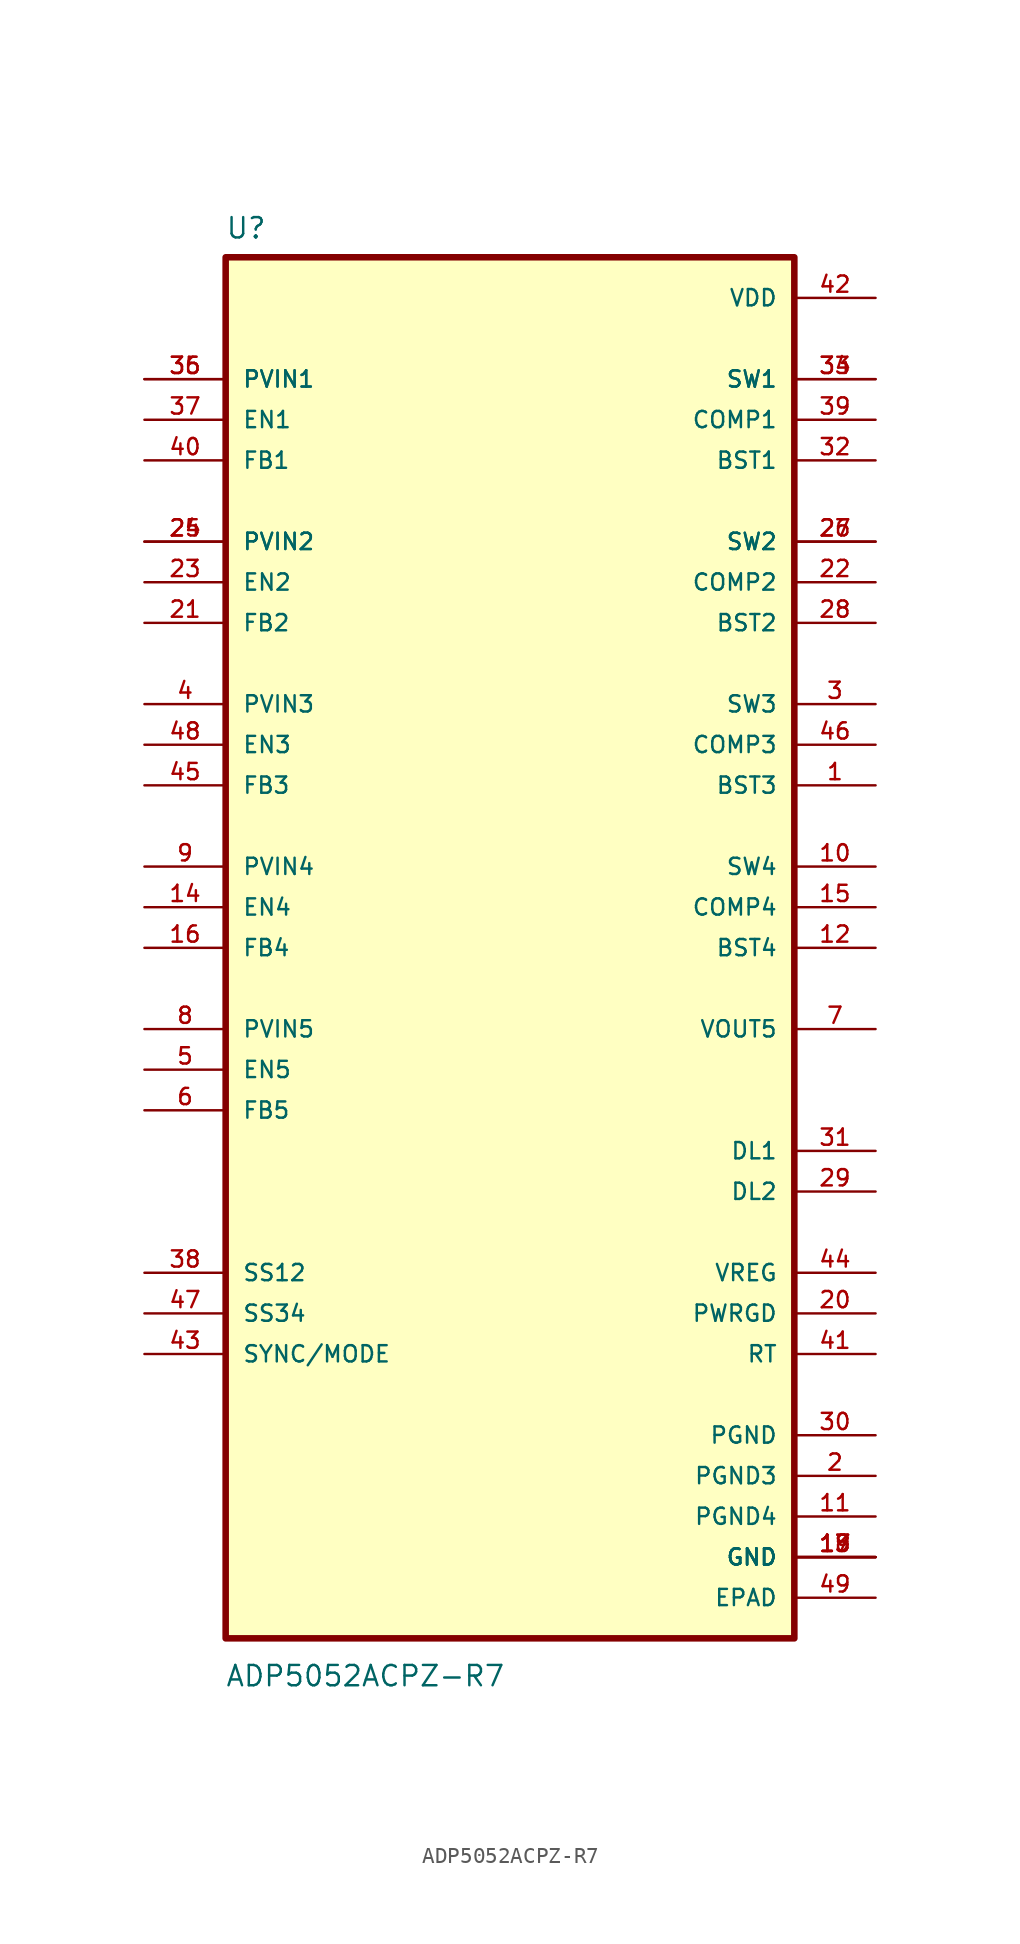
<source format=kicad_sym>
(kicad_symbol_lib
  (version 20231120)
  (generator "kicad_symbol_editor")
  (generator_version "8.0")
  (symbol "ADP5052ACPZ-R7"
    (pin_names
      (offset 1.016))
    (property "Reference" "U"
      (at -17.813 44.26 0)
      (effects (font (size 1.27 1.27)) (justify left bottom)))
    (property "Value" "ADP5052ACPZ-R7"
      (at -17.823 -46.276 0)
      (effects (font (size 1.27 1.27)) (justify left bottom)))
    (symbol "ADP5052ACPZ-R7_0_0"
      (rectangle (start -17.78 -43.18) (end 17.78 43.18) (stroke (width 0.41) (type default)) (fill (type background)))
      (pin passive line (at 22.86 10.16 180) (length 5.08) (name "BST3" (effects (font (size 1.016 1.016)))) (number "1" (effects (font (size 1.016 1.016)))))
      (pin output line (at 22.86 5.08 180) (length 5.08) (name "SW4" (effects (font (size 1.016 1.016)))) (number "10" (effects (font (size 1.016 1.016)))))
      (pin power_in line (at 22.86 -35.56 180) (length 5.08) (name "PGND4" (effects (font (size 1.016 1.016)))) (number "11" (effects (font (size 1.016 1.016)))))
      (pin passive line (at 22.86 0 180) (length 5.08) (name "BST4" (effects (font (size 1.016 1.016)))) (number "12" (effects (font (size 1.016 1.016)))))
      (pin power_in line (at 22.86 -38.1 180) (length 5.08) (name "GND" (effects (font (size 1.016 1.016)))) (number "13" (effects (font (size 1.016 1.016)))))
      (pin input line (at -22.86 2.54 0) (length 5.08) (name "EN4" (effects (font (size 1.016 1.016)))) (number "14" (effects (font (size 1.016 1.016)))))
      (pin output line (at 22.86 2.54 180) (length 5.08) (name "COMP4" (effects (font (size 1.016 1.016)))) (number "15" (effects (font (size 1.016 1.016)))))
      (pin input line (at -22.86 0 0) (length 5.08) (name "FB4" (effects (font (size 1.016 1.016)))) (number "16" (effects (font (size 1.016 1.016)))))
      (pin power_in line (at 22.86 -38.1 180) (length 5.08) (name "GND" (effects (font (size 1.016 1.016)))) (number "17" (effects (font (size 1.016 1.016)))))
      (pin power_in line (at 22.86 -38.1 180) (length 5.08) (name "GND" (effects (font (size 1.016 1.016)))) (number "18" (effects (font (size 1.016 1.016)))))
      (pin power_in line (at 22.86 -38.1 180) (length 5.08) (name "GND" (effects (font (size 1.016 1.016)))) (number "19" (effects (font (size 1.016 1.016)))))
      (pin power_in line (at 22.86 -33.02 180) (length 5.08) (name "PGND3" (effects (font (size 1.016 1.016)))) (number "2" (effects (font (size 1.016 1.016)))))
      (pin output line (at 22.86 -22.86 180) (length 5.08) (name "PWRGD" (effects (font (size 1.016 1.016)))) (number "20" (effects (font (size 1.016 1.016)))))
      (pin input line (at -22.86 20.32 0) (length 5.08) (name "FB2" (effects (font (size 1.016 1.016)))) (number "21" (effects (font (size 1.016 1.016)))))
      (pin output line (at 22.86 22.86 180) (length 5.08) (name "COMP2" (effects (font (size 1.016 1.016)))) (number "22" (effects (font (size 1.016 1.016)))))
      (pin input line (at -22.86 22.86 0) (length 5.08) (name "EN2" (effects (font (size 1.016 1.016)))) (number "23" (effects (font (size 1.016 1.016)))))
      (pin input line (at -22.86 25.4 0) (length 5.08) (name "PVIN2" (effects (font (size 1.016 1.016)))) (number "24" (effects (font (size 1.016 1.016)))))
      (pin input line (at -22.86 25.4 0) (length 5.08) (name "PVIN2" (effects (font (size 1.016 1.016)))) (number "25" (effects (font (size 1.016 1.016)))))
      (pin output line (at 22.86 25.4 180) (length 5.08) (name "SW2" (effects (font (size 1.016 1.016)))) (number "26" (effects (font (size 1.016 1.016)))))
      (pin output line (at 22.86 25.4 180) (length 5.08) (name "SW2" (effects (font (size 1.016 1.016)))) (number "27" (effects (font (size 1.016 1.016)))))
      (pin passive line (at 22.86 20.32 180) (length 5.08) (name "BST2" (effects (font (size 1.016 1.016)))) (number "28" (effects (font (size 1.016 1.016)))))
      (pin passive line (at 22.86 -15.24 180) (length 5.08) (name "DL2" (effects (font (size 1.016 1.016)))) (number "29" (effects (font (size 1.016 1.016)))))
      (pin output line (at 22.86 15.24 180) (length 5.08) (name "SW3" (effects (font (size 1.016 1.016)))) (number "3" (effects (font (size 1.016 1.016)))))
      (pin power_in line (at 22.86 -30.48 180) (length 5.08) (name "PGND" (effects (font (size 1.016 1.016)))) (number "30" (effects (font (size 1.016 1.016)))))
      (pin passive line (at 22.86 -12.7 180) (length 5.08) (name "DL1" (effects (font (size 1.016 1.016)))) (number "31" (effects (font (size 1.016 1.016)))))
      (pin passive line (at 22.86 30.48 180) (length 5.08) (name "BST1" (effects (font (size 1.016 1.016)))) (number "32" (effects (font (size 1.016 1.016)))))
      (pin output line (at 22.86 35.56 180) (length 5.08) (name "SW1" (effects (font (size 1.016 1.016)))) (number "33" (effects (font (size 1.016 1.016)))))
      (pin output line (at 22.86 35.56 180) (length 5.08) (name "SW1" (effects (font (size 1.016 1.016)))) (number "34" (effects (font (size 1.016 1.016)))))
      (pin input line (at -22.86 35.56 0) (length 5.08) (name "PVIN1" (effects (font (size 1.016 1.016)))) (number "35" (effects (font (size 1.016 1.016)))))
      (pin input line (at -22.86 35.56 0) (length 5.08) (name "PVIN1" (effects (font (size 1.016 1.016)))) (number "36" (effects (font (size 1.016 1.016)))))
      (pin input line (at -22.86 33.02 0) (length 5.08) (name "EN1" (effects (font (size 1.016 1.016)))) (number "37" (effects (font (size 1.016 1.016)))))
      (pin bidirectional line (at -22.86 -20.32 0) (length 5.08) (name "SS12" (effects (font (size 1.016 1.016)))) (number "38" (effects (font (size 1.016 1.016)))))
      (pin output line (at 22.86 33.02 180) (length 5.08) (name "COMP1" (effects (font (size 1.016 1.016)))) (number "39" (effects (font (size 1.016 1.016)))))
      (pin input line (at -22.86 15.24 0) (length 5.08) (name "PVIN3" (effects (font (size 1.016 1.016)))) (number "4" (effects (font (size 1.016 1.016)))))
      (pin input line (at -22.86 30.48 0) (length 5.08) (name "FB1" (effects (font (size 1.016 1.016)))) (number "40" (effects (font (size 1.016 1.016)))))
      (pin passive line (at 22.86 -25.4 180) (length 5.08) (name "RT" (effects (font (size 1.016 1.016)))) (number "41" (effects (font (size 1.016 1.016)))))
      (pin power_in line (at 22.86 40.64 180) (length 5.08) (name "VDD" (effects (font (size 1.016 1.016)))) (number "42" (effects (font (size 1.016 1.016)))))
      (pin bidirectional line (at -22.86 -25.4 0) (length 5.08) (name "SYNC/MODE" (effects (font (size 1.016 1.016)))) (number "43" (effects (font (size 1.016 1.016)))))
      (pin output line (at 22.86 -20.32 180) (length 5.08) (name "VREG" (effects (font (size 1.016 1.016)))) (number "44" (effects (font (size 1.016 1.016)))))
      (pin input line (at -22.86 10.16 0) (length 5.08) (name "FB3" (effects (font (size 1.016 1.016)))) (number "45" (effects (font (size 1.016 1.016)))))
      (pin output line (at 22.86 12.7 180) (length 5.08) (name "COMP3" (effects (font (size 1.016 1.016)))) (number "46" (effects (font (size 1.016 1.016)))))
      (pin bidirectional line (at -22.86 -22.86 0) (length 5.08) (name "SS34" (effects (font (size 1.016 1.016)))) (number "47" (effects (font (size 1.016 1.016)))))
      (pin input line (at -22.86 12.7 0) (length 5.08) (name "EN3" (effects (font (size 1.016 1.016)))) (number "48" (effects (font (size 1.016 1.016)))))
      (pin power_in line (at 22.86 -40.64 180) (length 5.08) (name "EPAD" (effects (font (size 1.016 1.016)))) (number "49" (effects (font (size 1.016 1.016)))))
      (pin input line (at -22.86 -7.62 0) (length 5.08) (name "EN5" (effects (font (size 1.016 1.016)))) (number "5" (effects (font (size 1.016 1.016)))))
      (pin input line (at -22.86 -10.16 0) (length 5.08) (name "FB5" (effects (font (size 1.016 1.016)))) (number "6" (effects (font (size 1.016 1.016)))))
      (pin output line (at 22.86 -5.08 180) (length 5.08) (name "VOUT5" (effects (font (size 1.016 1.016)))) (number "7" (effects (font (size 1.016 1.016)))))
      (pin input line (at -22.86 -5.08 0) (length 5.08) (name "PVIN5" (effects (font (size 1.016 1.016)))) (number "8" (effects (font (size 1.016 1.016)))))
      (pin input line (at -22.86 5.08 0) (length 5.08) (name "PVIN4" (effects (font (size 1.016 1.016)))) (number "9" (effects (font (size 1.016 1.016))))))))
</source>
